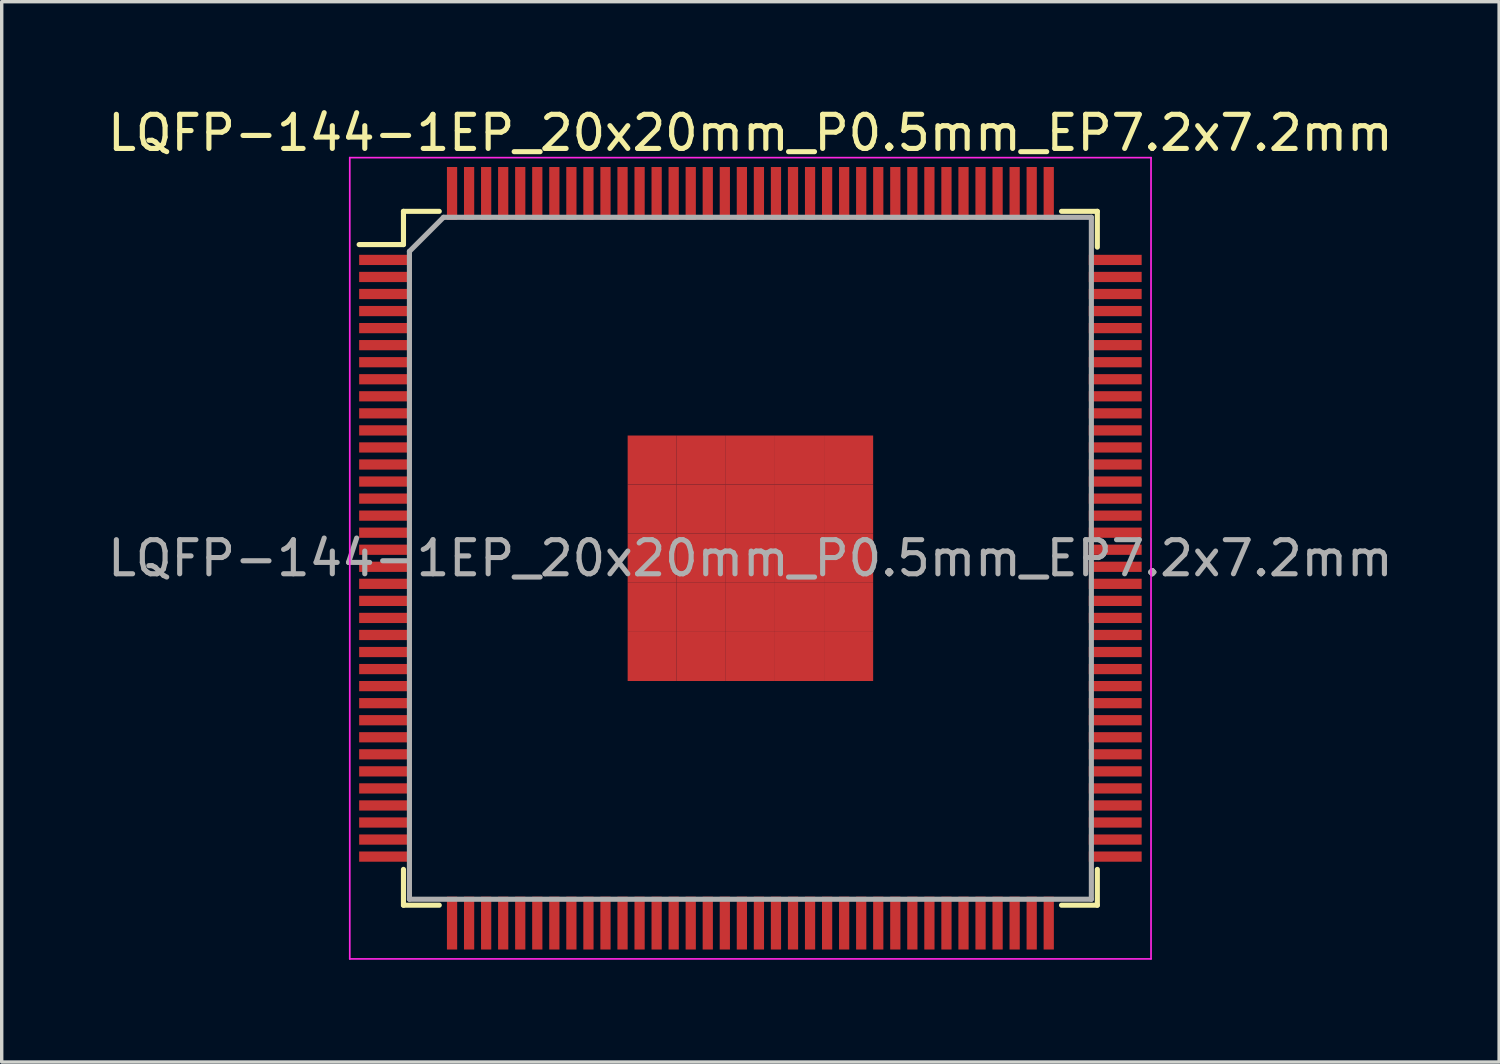
<source format=kicad_pcb>
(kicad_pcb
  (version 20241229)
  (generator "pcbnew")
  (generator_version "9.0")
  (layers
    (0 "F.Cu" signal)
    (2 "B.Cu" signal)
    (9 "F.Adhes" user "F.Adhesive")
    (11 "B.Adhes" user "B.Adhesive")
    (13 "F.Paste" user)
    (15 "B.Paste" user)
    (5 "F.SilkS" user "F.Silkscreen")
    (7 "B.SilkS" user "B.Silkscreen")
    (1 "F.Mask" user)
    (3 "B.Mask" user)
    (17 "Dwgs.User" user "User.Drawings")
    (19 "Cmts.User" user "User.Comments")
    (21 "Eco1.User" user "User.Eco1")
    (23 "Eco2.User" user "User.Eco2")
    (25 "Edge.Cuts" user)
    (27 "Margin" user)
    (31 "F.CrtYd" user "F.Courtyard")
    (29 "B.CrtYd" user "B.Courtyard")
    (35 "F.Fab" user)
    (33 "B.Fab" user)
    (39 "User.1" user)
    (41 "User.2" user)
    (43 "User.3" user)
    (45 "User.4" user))
  (footprint "LQFP-144-1EP_20x20mm_P0.5mm_EP7.2x7.2mm"
    (layer "F.Cu")
    (at 18.958 13.323)
    (property "Reference" "LQFP-144-1EP_20x20mm_P0.5mm_EP7.2x7.2mm" (at 0 -12.475 0) (layer "F.SilkS") (effects (font (size 1 1) (thickness 0.15))))
    (attr smd)
    (fp_line (start -10.175 -10.175) (end -10.175 -9.2) (stroke (width 0.15) (type solid)) (layer "F.SilkS"))
    (fp_line (start -10.175 -10.175) (end -9.125 -10.175) (stroke (width 0.15) (type solid)) (layer "F.SilkS"))
    (fp_line (start -10.175 -9.2) (end -11.475 -9.2) (stroke (width 0.15) (type solid)) (layer "F.SilkS"))
    (fp_line (start -10.175 10.175) (end -10.175 9.125) (stroke (width 0.15) (type solid)) (layer "F.SilkS"))
    (fp_line (start -10.175 10.175) (end -9.125 10.175) (stroke (width 0.15) (type solid)) (layer "F.SilkS"))
    (fp_line (start 10.175 -10.175) (end 9.125 -10.175) (stroke (width 0.15) (type solid)) (layer "F.SilkS"))
    (fp_line (start 10.175 -10.175) (end 10.175 -9.125) (stroke (width 0.15) (type solid)) (layer "F.SilkS"))
    (fp_line (start 10.175 10.175) (end 9.125 10.175) (stroke (width 0.15) (type solid)) (layer "F.SilkS"))
    (fp_line (start 10.175 10.175) (end 10.175 9.125) (stroke (width 0.15) (type solid)) (layer "F.SilkS"))
    (fp_line (start -11.75 -11.75) (end -11.75 11.75) (stroke (width 0.05) (type solid)) (layer "F.CrtYd"))
    (fp_line (start -11.75 -11.75) (end 11.75 -11.75) (stroke (width 0.05) (type solid)) (layer "F.CrtYd"))
    (fp_line (start -11.75 11.75) (end 11.75 11.75) (stroke (width 0.05) (type solid)) (layer "F.CrtYd"))
    (fp_line (start 11.75 -11.75) (end 11.75 11.75) (stroke (width 0.05) (type solid)) (layer "F.CrtYd"))
    (fp_line (start -10 -9) (end -9 -10) (stroke (width 0.15) (type solid)) (layer "F.Fab"))
    (fp_line (start -10 10) (end -10 -9) (stroke (width 0.15) (type solid)) (layer "F.Fab"))
    (fp_line (start -9 -10) (end 10 -10) (stroke (width 0.15) (type solid)) (layer "F.Fab"))
    (fp_line (start 10 -10) (end 10 10) (stroke (width 0.15) (type solid)) (layer "F.Fab"))
    (fp_line (start 10 10) (end -10 10) (stroke (width 0.15) (type solid)) (layer "F.Fab"))
    (fp_text user "${REFERENCE}" (at 0 0 0) (layer "F.Fab") (effects (font (size 1 1) (thickness 0.15))))
    (pad "1" smd rect (at -10.7 -8.75) (size 1.55 0.3) (layers "F.Cu" "F.Mask" "F.Paste"))
    (pad "2" smd rect (at -10.7 -8.25) (size 1.55 0.3) (layers "F.Cu" "F.Mask" "F.Paste"))
    (pad "3" smd rect (at -10.7 -7.75) (size 1.55 0.3) (layers "F.Cu" "F.Mask" "F.Paste"))
    (pad "4" smd rect (at -10.7 -7.25) (size 1.55 0.3) (layers "F.Cu" "F.Mask" "F.Paste"))
    (pad "5" smd rect (at -10.7 -6.75) (size 1.55 0.3) (layers "F.Cu" "F.Mask" "F.Paste"))
    (pad "6" smd rect (at -10.7 -6.25) (size 1.55 0.3) (layers "F.Cu" "F.Mask" "F.Paste"))
    (pad "7" smd rect (at -10.7 -5.75) (size 1.55 0.3) (layers "F.Cu" "F.Mask" "F.Paste"))
    (pad "8" smd rect (at -10.7 -5.25) (size 1.55 0.3) (layers "F.Cu" "F.Mask" "F.Paste"))
    (pad "9" smd rect (at -10.7 -4.75) (size 1.55 0.3) (layers "F.Cu" "F.Mask" "F.Paste"))
    (pad "10" smd rect (at -10.7 -4.25) (size 1.55 0.3) (layers "F.Cu" "F.Mask" "F.Paste"))
    (pad "11" smd rect (at -10.7 -3.75) (size 1.55 0.3) (layers "F.Cu" "F.Mask" "F.Paste"))
    (pad "12" smd rect (at -10.7 -3.25) (size 1.55 0.3) (layers "F.Cu" "F.Mask" "F.Paste"))
    (pad "13" smd rect (at -10.7 -2.75) (size 1.55 0.3) (layers "F.Cu" "F.Mask" "F.Paste"))
    (pad "14" smd rect (at -10.7 -2.25) (size 1.55 0.3) (layers "F.Cu" "F.Mask" "F.Paste"))
    (pad "15" smd rect (at -10.7 -1.75) (size 1.55 0.3) (layers "F.Cu" "F.Mask" "F.Paste"))
    (pad "16" smd rect (at -10.7 -1.25) (size 1.55 0.3) (layers "F.Cu" "F.Mask" "F.Paste"))
    (pad "17" smd rect (at -10.7 -0.75) (size 1.55 0.3) (layers "F.Cu" "F.Mask" "F.Paste"))
    (pad "18" smd rect (at -10.7 -0.25) (size 1.55 0.3) (layers "F.Cu" "F.Mask" "F.Paste"))
    (pad "19" smd rect (at -10.7 0.25) (size 1.55 0.3) (layers "F.Cu" "F.Mask" "F.Paste"))
    (pad "20" smd rect (at -10.7 0.75) (size 1.55 0.3) (layers "F.Cu" "F.Mask" "F.Paste"))
    (pad "21" smd rect (at -10.7 1.25) (size 1.55 0.3) (layers "F.Cu" "F.Mask" "F.Paste"))
    (pad "22" smd rect (at -10.7 1.75) (size 1.55 0.3) (layers "F.Cu" "F.Mask" "F.Paste"))
    (pad "23" smd rect (at -10.7 2.25) (size 1.55 0.3) (layers "F.Cu" "F.Mask" "F.Paste"))
    (pad "24" smd rect (at -10.7 2.75) (size 1.55 0.3) (layers "F.Cu" "F.Mask" "F.Paste"))
    (pad "25" smd rect (at -10.7 3.25) (size 1.55 0.3) (layers "F.Cu" "F.Mask" "F.Paste"))
    (pad "26" smd rect (at -10.7 3.75) (size 1.55 0.3) (layers "F.Cu" "F.Mask" "F.Paste"))
    (pad "27" smd rect (at -10.7 4.25) (size 1.55 0.3) (layers "F.Cu" "F.Mask" "F.Paste"))
    (pad "28" smd rect (at -10.7 4.75) (size 1.55 0.3) (layers "F.Cu" "F.Mask" "F.Paste"))
    (pad "29" smd rect (at -10.7 5.25) (size 1.55 0.3) (layers "F.Cu" "F.Mask" "F.Paste"))
    (pad "30" smd rect (at -10.7 5.75) (size 1.55 0.3) (layers "F.Cu" "F.Mask" "F.Paste"))
    (pad "31" smd rect (at -10.7 6.25) (size 1.55 0.3) (layers "F.Cu" "F.Mask" "F.Paste"))
    (pad "32" smd rect (at -10.7 6.75) (size 1.55 0.3) (layers "F.Cu" "F.Mask" "F.Paste"))
    (pad "33" smd rect (at -10.7 7.25) (size 1.55 0.3) (layers "F.Cu" "F.Mask" "F.Paste"))
    (pad "34" smd rect (at -10.7 7.75) (size 1.55 0.3) (layers "F.Cu" "F.Mask" "F.Paste"))
    (pad "35" smd rect (at -10.7 8.25) (size 1.55 0.3) (layers "F.Cu" "F.Mask" "F.Paste"))
    (pad "36" smd rect (at -10.7 8.75) (size 1.55 0.3) (layers "F.Cu" "F.Mask" "F.Paste"))
    (pad "37" smd rect (at -8.75 10.7 90) (size 1.55 0.3) (layers "F.Cu" "F.Mask" "F.Paste"))
    (pad "38" smd rect (at -8.25 10.7 90) (size 1.55 0.3) (layers "F.Cu" "F.Mask" "F.Paste"))
    (pad "39" smd rect (at -7.75 10.7 90) (size 1.55 0.3) (layers "F.Cu" "F.Mask" "F.Paste"))
    (pad "40" smd rect (at -7.25 10.7 90) (size 1.55 0.3) (layers "F.Cu" "F.Mask" "F.Paste"))
    (pad "41" smd rect (at -6.75 10.7 90) (size 1.55 0.3) (layers "F.Cu" "F.Mask" "F.Paste"))
    (pad "42" smd rect (at -6.25 10.7 90) (size 1.55 0.3) (layers "F.Cu" "F.Mask" "F.Paste"))
    (pad "43" smd rect (at -5.75 10.7 90) (size 1.55 0.3) (layers "F.Cu" "F.Mask" "F.Paste"))
    (pad "44" smd rect (at -5.25 10.7 90) (size 1.55 0.3) (layers "F.Cu" "F.Mask" "F.Paste"))
    (pad "45" smd rect (at -4.75 10.7 90) (size 1.55 0.3) (layers "F.Cu" "F.Mask" "F.Paste"))
    (pad "46" smd rect (at -4.25 10.7 90) (size 1.55 0.3) (layers "F.Cu" "F.Mask" "F.Paste"))
    (pad "47" smd rect (at -3.75 10.7 90) (size 1.55 0.3) (layers "F.Cu" "F.Mask" "F.Paste"))
    (pad "48" smd rect (at -3.25 10.7 90) (size 1.55 0.3) (layers "F.Cu" "F.Mask" "F.Paste"))
    (pad "49" smd rect (at -2.75 10.7 90) (size 1.55 0.3) (layers "F.Cu" "F.Mask" "F.Paste"))
    (pad "50" smd rect (at -2.25 10.7 90) (size 1.55 0.3) (layers "F.Cu" "F.Mask" "F.Paste"))
    (pad "51" smd rect (at -1.75 10.7 90) (size 1.55 0.3) (layers "F.Cu" "F.Mask" "F.Paste"))
    (pad "52" smd rect (at -1.25 10.7 90) (size 1.55 0.3) (layers "F.Cu" "F.Mask" "F.Paste"))
    (pad "53" smd rect (at -0.75 10.7 90) (size 1.55 0.3) (layers "F.Cu" "F.Mask" "F.Paste"))
    (pad "54" smd rect (at -0.25 10.7 90) (size 1.55 0.3) (layers "F.Cu" "F.Mask" "F.Paste"))
    (pad "55" smd rect (at 0.25 10.7 90) (size 1.55 0.3) (layers "F.Cu" "F.Mask" "F.Paste"))
    (pad "56" smd rect (at 0.75 10.7 90) (size 1.55 0.3) (layers "F.Cu" "F.Mask" "F.Paste"))
    (pad "57" smd rect (at 1.25 10.7 90) (size 1.55 0.3) (layers "F.Cu" "F.Mask" "F.Paste"))
    (pad "58" smd rect (at 1.75 10.7 90) (size 1.55 0.3) (layers "F.Cu" "F.Mask" "F.Paste"))
    (pad "59" smd rect (at 2.25 10.7 90) (size 1.55 0.3) (layers "F.Cu" "F.Mask" "F.Paste"))
    (pad "60" smd rect (at 2.75 10.7 90) (size 1.55 0.3) (layers "F.Cu" "F.Mask" "F.Paste"))
    (pad "61" smd rect (at 3.25 10.7 90) (size 1.55 0.3) (layers "F.Cu" "F.Mask" "F.Paste"))
    (pad "62" smd rect (at 3.75 10.7 90) (size 1.55 0.3) (layers "F.Cu" "F.Mask" "F.Paste"))
    (pad "63" smd rect (at 4.25 10.7 90) (size 1.55 0.3) (layers "F.Cu" "F.Mask" "F.Paste"))
    (pad "64" smd rect (at 4.75 10.7 90) (size 1.55 0.3) (layers "F.Cu" "F.Mask" "F.Paste"))
    (pad "65" smd rect (at 5.25 10.7 90) (size 1.55 0.3) (layers "F.Cu" "F.Mask" "F.Paste"))
    (pad "66" smd rect (at 5.75 10.7 90) (size 1.55 0.3) (layers "F.Cu" "F.Mask" "F.Paste"))
    (pad "67" smd rect (at 6.25 10.7 90) (size 1.55 0.3) (layers "F.Cu" "F.Mask" "F.Paste"))
    (pad "68" smd rect (at 6.75 10.7 90) (size 1.55 0.3) (layers "F.Cu" "F.Mask" "F.Paste"))
    (pad "69" smd rect (at 7.25 10.7 90) (size 1.55 0.3) (layers "F.Cu" "F.Mask" "F.Paste"))
    (pad "70" smd rect (at 7.75 10.7 90) (size 1.55 0.3) (layers "F.Cu" "F.Mask" "F.Paste"))
    (pad "71" smd rect (at 8.25 10.7 90) (size 1.55 0.3) (layers "F.Cu" "F.Mask" "F.Paste"))
    (pad "72" smd rect (at 8.75 10.7 90) (size 1.55 0.3) (layers "F.Cu" "F.Mask" "F.Paste"))
    (pad "73" smd rect (at 10.7 8.75) (size 1.55 0.3) (layers "F.Cu" "F.Mask" "F.Paste"))
    (pad "74" smd rect (at 10.7 8.25) (size 1.55 0.3) (layers "F.Cu" "F.Mask" "F.Paste"))
    (pad "75" smd rect (at 10.7 7.75) (size 1.55 0.3) (layers "F.Cu" "F.Mask" "F.Paste"))
    (pad "76" smd rect (at 10.7 7.25) (size 1.55 0.3) (layers "F.Cu" "F.Mask" "F.Paste"))
    (pad "77" smd rect (at 10.7 6.75) (size 1.55 0.3) (layers "F.Cu" "F.Mask" "F.Paste"))
    (pad "78" smd rect (at 10.7 6.25) (size 1.55 0.3) (layers "F.Cu" "F.Mask" "F.Paste"))
    (pad "79" smd rect (at 10.7 5.75) (size 1.55 0.3) (layers "F.Cu" "F.Mask" "F.Paste"))
    (pad "80" smd rect (at 10.7 5.25) (size 1.55 0.3) (layers "F.Cu" "F.Mask" "F.Paste"))
    (pad "81" smd rect (at 10.7 4.75) (size 1.55 0.3) (layers "F.Cu" "F.Mask" "F.Paste"))
    (pad "82" smd rect (at 10.7 4.25) (size 1.55 0.3) (layers "F.Cu" "F.Mask" "F.Paste"))
    (pad "83" smd rect (at 10.7 3.75) (size 1.55 0.3) (layers "F.Cu" "F.Mask" "F.Paste"))
    (pad "84" smd rect (at 10.7 3.25) (size 1.55 0.3) (layers "F.Cu" "F.Mask" "F.Paste"))
    (pad "85" smd rect (at 10.7 2.75) (size 1.55 0.3) (layers "F.Cu" "F.Mask" "F.Paste"))
    (pad "86" smd rect (at 10.7 2.25) (size 1.55 0.3) (layers "F.Cu" "F.Mask" "F.Paste"))
    (pad "87" smd rect (at 10.7 1.75) (size 1.55 0.3) (layers "F.Cu" "F.Mask" "F.Paste"))
    (pad "88" smd rect (at 10.7 1.25) (size 1.55 0.3) (layers "F.Cu" "F.Mask" "F.Paste"))
    (pad "89" smd rect (at 10.7 0.75) (size 1.55 0.3) (layers "F.Cu" "F.Mask" "F.Paste"))
    (pad "90" smd rect (at 10.7 0.25) (size 1.55 0.3) (layers "F.Cu" "F.Mask" "F.Paste"))
    (pad "91" smd rect (at 10.7 -0.25) (size 1.55 0.3) (layers "F.Cu" "F.Mask" "F.Paste"))
    (pad "92" smd rect (at 10.7 -0.75) (size 1.55 0.3) (layers "F.Cu" "F.Mask" "F.Paste"))
    (pad "93" smd rect (at 10.7 -1.25) (size 1.55 0.3) (layers "F.Cu" "F.Mask" "F.Paste"))
    (pad "94" smd rect (at 10.7 -1.75) (size 1.55 0.3) (layers "F.Cu" "F.Mask" "F.Paste"))
    (pad "95" smd rect (at 10.7 -2.25) (size 1.55 0.3) (layers "F.Cu" "F.Mask" "F.Paste"))
    (pad "96" smd rect (at 10.7 -2.75) (size 1.55 0.3) (layers "F.Cu" "F.Mask" "F.Paste"))
    (pad "97" smd rect (at 10.7 -3.25) (size 1.55 0.3) (layers "F.Cu" "F.Mask" "F.Paste"))
    (pad "98" smd rect (at 10.7 -3.75) (size 1.55 0.3) (layers "F.Cu" "F.Mask" "F.Paste"))
    (pad "99" smd rect (at 10.7 -4.25) (size 1.55 0.3) (layers "F.Cu" "F.Mask" "F.Paste"))
    (pad "100" smd rect (at 10.7 -4.75) (size 1.55 0.3) (layers "F.Cu" "F.Mask" "F.Paste"))
    (pad "101" smd rect (at 10.7 -5.25) (size 1.55 0.3) (layers "F.Cu" "F.Mask" "F.Paste"))
    (pad "102" smd rect (at 10.7 -5.75) (size 1.55 0.3) (layers "F.Cu" "F.Mask" "F.Paste"))
    (pad "103" smd rect (at 10.7 -6.25) (size 1.55 0.3) (layers "F.Cu" "F.Mask" "F.Paste"))
    (pad "104" smd rect (at 10.7 -6.75) (size 1.55 0.3) (layers "F.Cu" "F.Mask" "F.Paste"))
    (pad "105" smd rect (at 10.7 -7.25) (size 1.55 0.3) (layers "F.Cu" "F.Mask" "F.Paste"))
    (pad "106" smd rect (at 10.7 -7.75) (size 1.55 0.3) (layers "F.Cu" "F.Mask" "F.Paste"))
    (pad "107" smd rect (at 10.7 -8.25) (size 1.55 0.3) (layers "F.Cu" "F.Mask" "F.Paste"))
    (pad "108" smd rect (at 10.7 -8.75) (size 1.55 0.3) (layers "F.Cu" "F.Mask" "F.Paste"))
    (pad "109" smd rect (at 8.75 -10.7 90) (size 1.55 0.3) (layers "F.Cu" "F.Mask" "F.Paste"))
    (pad "110" smd rect (at 8.25 -10.7 90) (size 1.55 0.3) (layers "F.Cu" "F.Mask" "F.Paste"))
    (pad "111" smd rect (at 7.75 -10.7 90) (size 1.55 0.3) (layers "F.Cu" "F.Mask" "F.Paste"))
    (pad "112" smd rect (at 7.25 -10.7 90) (size 1.55 0.3) (layers "F.Cu" "F.Mask" "F.Paste"))
    (pad "113" smd rect (at 6.75 -10.7 90) (size 1.55 0.3) (layers "F.Cu" "F.Mask" "F.Paste"))
    (pad "114" smd rect (at 6.25 -10.7 90) (size 1.55 0.3) (layers "F.Cu" "F.Mask" "F.Paste"))
    (pad "115" smd rect (at 5.75 -10.7 90) (size 1.55 0.3) (layers "F.Cu" "F.Mask" "F.Paste"))
    (pad "116" smd rect (at 5.25 -10.7 90) (size 1.55 0.3) (layers "F.Cu" "F.Mask" "F.Paste"))
    (pad "117" smd rect (at 4.75 -10.7 90) (size 1.55 0.3) (layers "F.Cu" "F.Mask" "F.Paste"))
    (pad "118" smd rect (at 4.25 -10.7 90) (size 1.55 0.3) (layers "F.Cu" "F.Mask" "F.Paste"))
    (pad "119" smd rect (at 3.75 -10.7 90) (size 1.55 0.3) (layers "F.Cu" "F.Mask" "F.Paste"))
    (pad "120" smd rect (at 3.25 -10.7 90) (size 1.55 0.3) (layers "F.Cu" "F.Mask" "F.Paste"))
    (pad "121" smd rect (at 2.75 -10.7 90) (size 1.55 0.3) (layers "F.Cu" "F.Mask" "F.Paste"))
    (pad "122" smd rect (at 2.25 -10.7 90) (size 1.55 0.3) (layers "F.Cu" "F.Mask" "F.Paste"))
    (pad "123" smd rect (at 1.75 -10.7 90) (size 1.55 0.3) (layers "F.Cu" "F.Mask" "F.Paste"))
    (pad "124" smd rect (at 1.25 -10.7 90) (size 1.55 0.3) (layers "F.Cu" "F.Mask" "F.Paste"))
    (pad "125" smd rect (at 0.75 -10.7 90) (size 1.55 0.3) (layers "F.Cu" "F.Mask" "F.Paste"))
    (pad "126" smd rect (at 0.25 -10.7 90) (size 1.55 0.3) (layers "F.Cu" "F.Mask" "F.Paste"))
    (pad "127" smd rect (at -0.25 -10.7 90) (size 1.55 0.3) (layers "F.Cu" "F.Mask" "F.Paste"))
    (pad "128" smd rect (at -0.75 -10.7 90) (size 1.55 0.3) (layers "F.Cu" "F.Mask" "F.Paste"))
    (pad "129" smd rect (at -1.25 -10.7 90) (size 1.55 0.3) (layers "F.Cu" "F.Mask" "F.Paste"))
    (pad "130" smd rect (at -1.75 -10.7 90) (size 1.55 0.3) (layers "F.Cu" "F.Mask" "F.Paste"))
    (pad "131" smd rect (at -2.25 -10.7 90) (size 1.55 0.3) (layers "F.Cu" "F.Mask" "F.Paste"))
    (pad "132" smd rect (at -2.75 -10.7 90) (size 1.55 0.3) (layers "F.Cu" "F.Mask" "F.Paste"))
    (pad "133" smd rect (at -3.25 -10.7 90) (size 1.55 0.3) (layers "F.Cu" "F.Mask" "F.Paste"))
    (pad "134" smd rect (at -3.75 -10.7 90) (size 1.55 0.3) (layers "F.Cu" "F.Mask" "F.Paste"))
    (pad "135" smd rect (at -4.25 -10.7 90) (size 1.55 0.3) (layers "F.Cu" "F.Mask" "F.Paste"))
    (pad "136" smd rect (at -4.75 -10.7 90) (size 1.55 0.3) (layers "F.Cu" "F.Mask" "F.Paste"))
    (pad "137" smd rect (at -5.25 -10.7 90) (size 1.55 0.3) (layers "F.Cu" "F.Mask" "F.Paste"))
    (pad "138" smd rect (at -5.75 -10.7 90) (size 1.55 0.3) (layers "F.Cu" "F.Mask" "F.Paste"))
    (pad "139" smd rect (at -6.25 -10.7 90) (size 1.55 0.3) (layers "F.Cu" "F.Mask" "F.Paste"))
    (pad "140" smd rect (at -6.75 -10.7 90) (size 1.55 0.3) (layers "F.Cu" "F.Mask" "F.Paste"))
    (pad "141" smd rect (at -7.25 -10.7 90) (size 1.55 0.3) (layers "F.Cu" "F.Mask" "F.Paste"))
    (pad "142" smd rect (at -7.75 -10.7 90) (size 1.55 0.3) (layers "F.Cu" "F.Mask" "F.Paste"))
    (pad "143" smd rect (at -8.25 -10.7 90) (size 1.55 0.3) (layers "F.Cu" "F.Mask" "F.Paste"))
    (pad "144" smd rect (at -8.75 -10.7 90) (size 1.55 0.3) (layers "F.Cu" "F.Mask" "F.Paste"))
    (pad "145" smd rect (at -2.88 -2.88) (size 1.44 1.44) (layers "F.Cu" "F.Mask" "F.Paste"))
    (pad "145" smd rect (at -2.88 -1.44) (size 1.44 1.44) (layers "F.Cu" "F.Mask" "F.Paste"))
    (pad "145" smd rect (at -2.88 0) (size 1.44 1.44) (layers "F.Cu" "F.Mask" "F.Paste"))
    (pad "145" smd rect (at -2.88 1.44) (size 1.44 1.44) (layers "F.Cu" "F.Mask" "F.Paste"))
    (pad "145" smd rect (at -2.88 2.88) (size 1.44 1.44) (layers "F.Cu" "F.Mask" "F.Paste"))
    (pad "145" smd rect (at -1.44 -2.88) (size 1.44 1.44) (layers "F.Cu" "F.Mask" "F.Paste"))
    (pad "145" smd rect (at -1.44 -1.44) (size 1.44 1.44) (layers "F.Cu" "F.Mask" "F.Paste"))
    (pad "145" smd rect (at -1.44 0) (size 1.44 1.44) (layers "F.Cu" "F.Mask" "F.Paste"))
    (pad "145" smd rect (at -1.44 1.44) (size 1.44 1.44) (layers "F.Cu" "F.Mask" "F.Paste"))
    (pad "145" smd rect (at -1.44 2.88) (size 1.44 1.44) (layers "F.Cu" "F.Mask" "F.Paste"))
    (pad "145" smd rect (at 0 -2.88) (size 1.44 1.44) (layers "F.Cu" "F.Mask" "F.Paste"))
    (pad "145" smd rect (at 0 -1.44) (size 1.44 1.44) (layers "F.Cu" "F.Mask" "F.Paste"))
    (pad "145" smd rect (at 0 0) (size 1.44 1.44) (layers "F.Cu" "F.Mask" "F.Paste"))
    (pad "145" smd rect (at 0 1.44) (size 1.44 1.44) (layers "F.Cu" "F.Mask" "F.Paste"))
    (pad "145" smd rect (at 0 2.88) (size 1.44 1.44) (layers "F.Cu" "F.Mask" "F.Paste"))
    (pad "145" smd rect (at 1.44 -2.88) (size 1.44 1.44) (layers "F.Cu" "F.Mask" "F.Paste"))
    (pad "145" smd rect (at 1.44 -1.44) (size 1.44 1.44) (layers "F.Cu" "F.Mask" "F.Paste"))
    (pad "145" smd rect (at 1.44 0) (size 1.44 1.44) (layers "F.Cu" "F.Mask" "F.Paste"))
    (pad "145" smd rect (at 1.44 1.44) (size 1.44 1.44) (layers "F.Cu" "F.Mask" "F.Paste"))
    (pad "145" smd rect (at 1.44 2.88) (size 1.44 1.44) (layers "F.Cu" "F.Mask" "F.Paste"))
    (pad "145" smd rect (at 2.88 -2.88) (size 1.44 1.44) (layers "F.Cu" "F.Mask" "F.Paste"))
    (pad "145" smd rect (at 2.88 -1.44) (size 1.44 1.44) (layers "F.Cu" "F.Mask" "F.Paste"))
    (pad "145" smd rect (at 2.88 0) (size 1.44 1.44) (layers "F.Cu" "F.Mask" "F.Paste"))
    (pad "145" smd rect (at 2.88 1.44) (size 1.44 1.44) (layers "F.Cu" "F.Mask" "F.Paste"))
    (pad "145" smd rect (at 2.88 2.88) (size 1.44 1.44) (layers "F.Cu" "F.Mask" "F.Paste")))
  (gr_rect
    (start -3 -3)
    (end 40.917 28.098)
    (stroke (width 0.1) (type default))
    (fill no)
    (layer "Edge.Cuts")))
</source>
